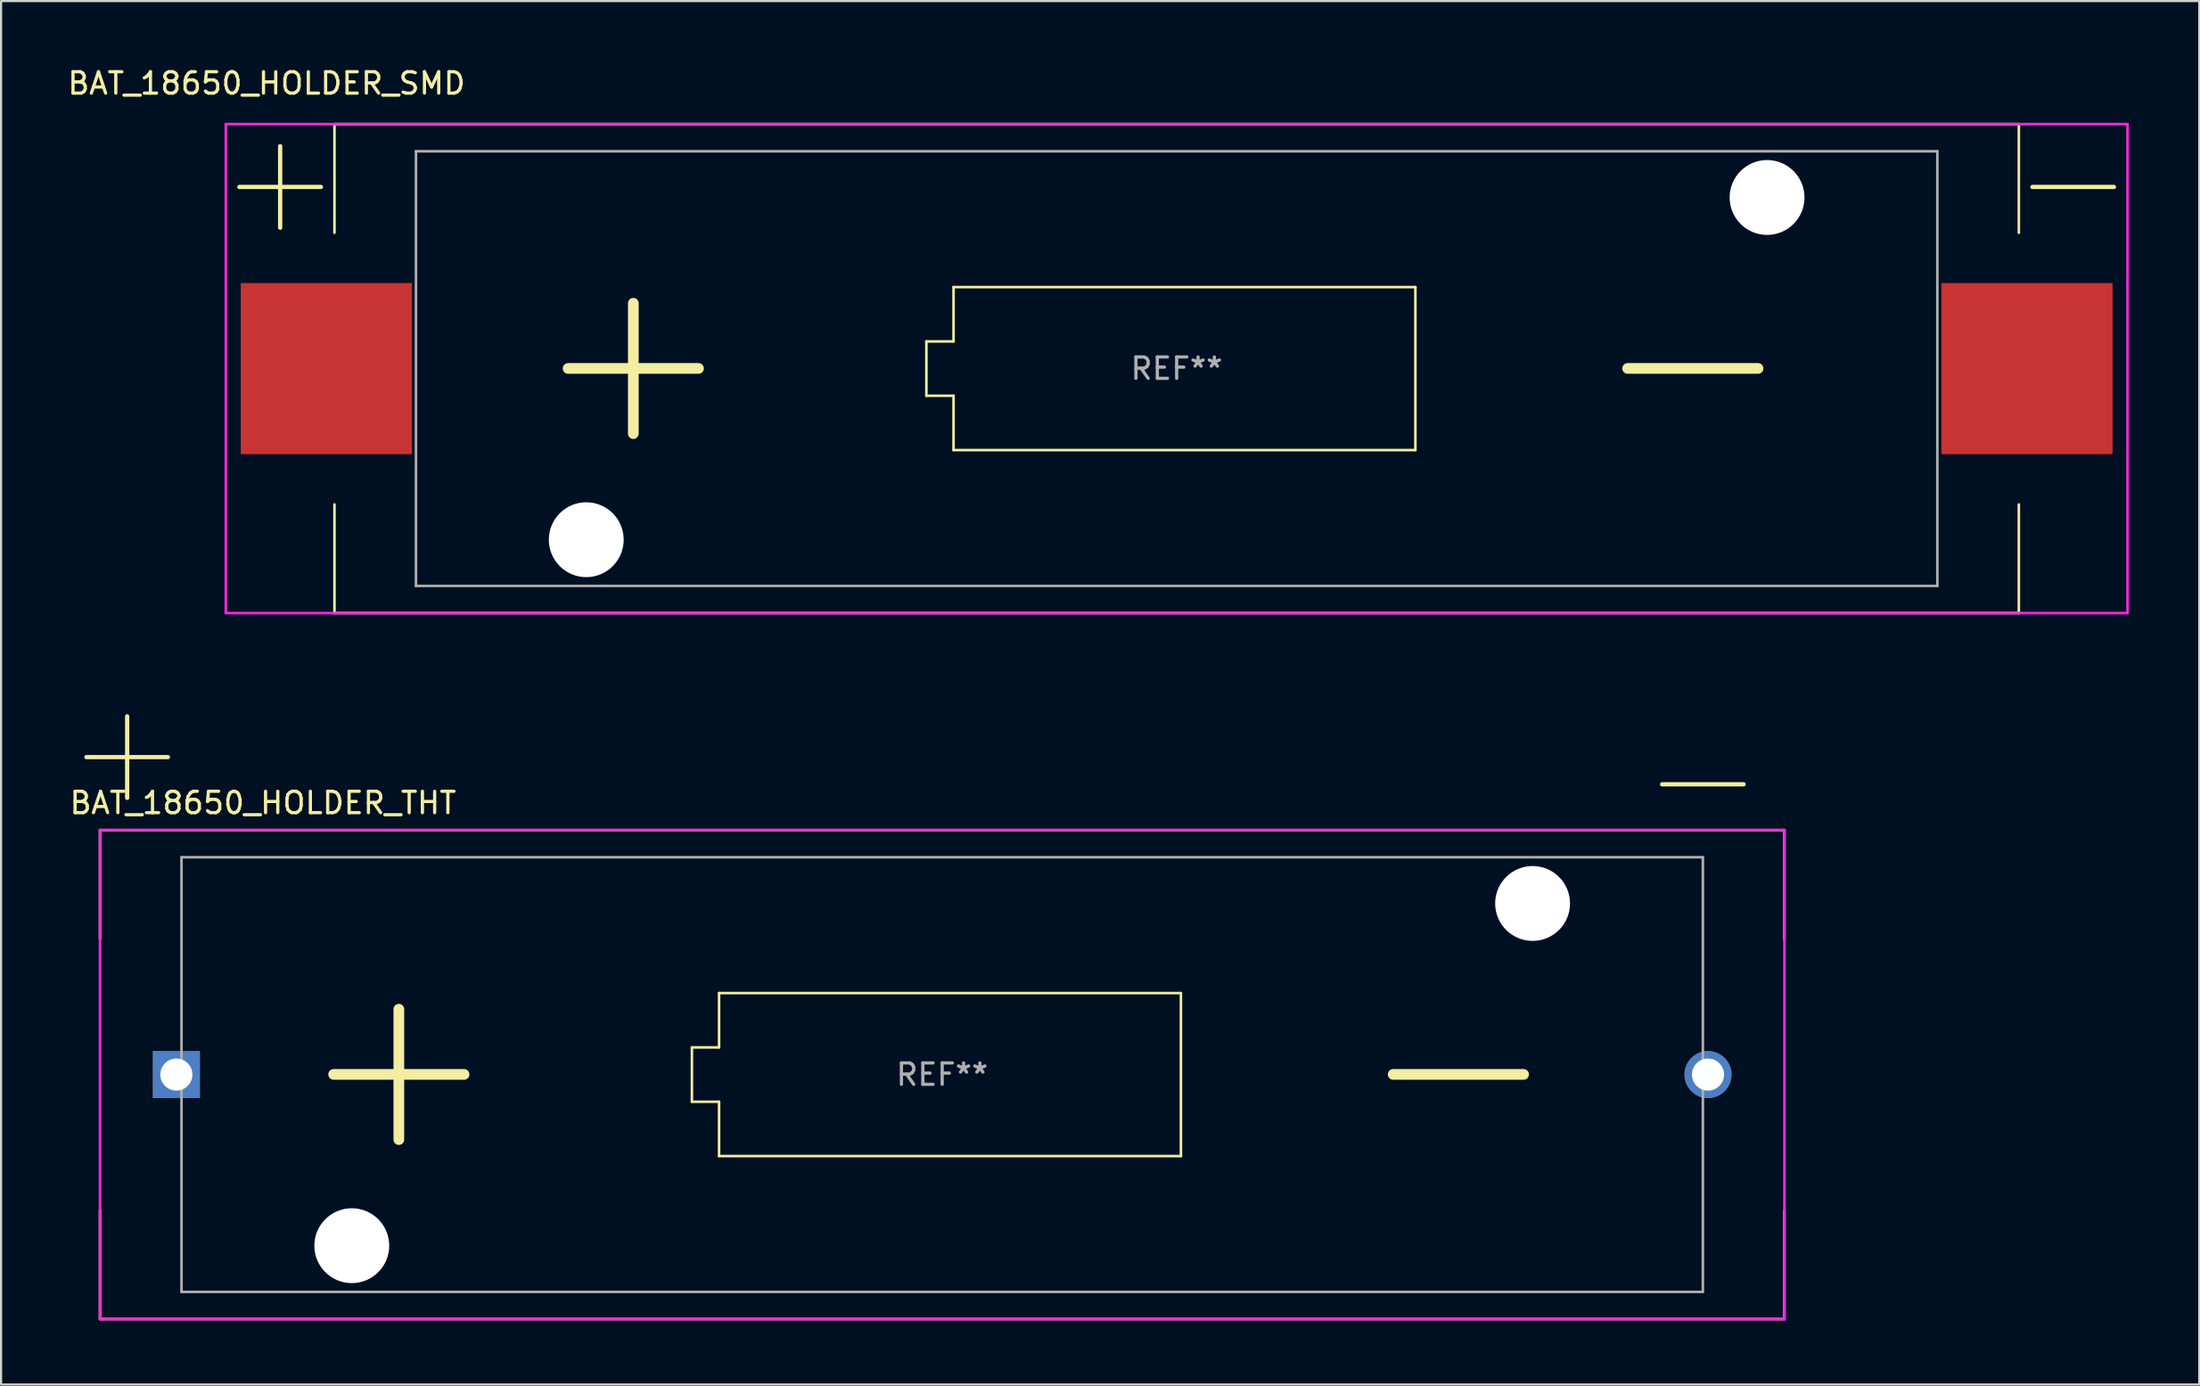
<source format=kicad_pcb>
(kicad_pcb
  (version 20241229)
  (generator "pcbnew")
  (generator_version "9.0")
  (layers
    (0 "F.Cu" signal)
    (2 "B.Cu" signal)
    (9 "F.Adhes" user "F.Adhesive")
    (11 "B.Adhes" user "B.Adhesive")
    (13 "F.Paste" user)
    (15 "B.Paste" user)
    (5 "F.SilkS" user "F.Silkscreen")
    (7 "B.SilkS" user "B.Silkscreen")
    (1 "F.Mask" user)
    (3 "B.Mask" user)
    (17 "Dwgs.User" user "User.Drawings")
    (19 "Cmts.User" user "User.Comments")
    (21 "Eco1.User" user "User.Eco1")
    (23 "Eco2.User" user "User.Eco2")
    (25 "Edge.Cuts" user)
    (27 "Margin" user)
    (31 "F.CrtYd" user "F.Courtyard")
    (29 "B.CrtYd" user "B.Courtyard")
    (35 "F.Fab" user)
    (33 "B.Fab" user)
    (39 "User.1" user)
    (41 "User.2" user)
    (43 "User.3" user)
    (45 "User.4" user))
  (footprint "BAT_18650_HOLDER_SMD"
    (layer "F.Cu")
    (at 51.956 14.183)
    (property "Reference" "BAT_18650_HOLDER_SMD" (at -42.545 -13.335 0) (layer "F.SilkS") (effects (font (size 1 1) (thickness 0.15))))
    (attr smd)
    (fp_line (start -39.37 -6.35) (end -39.37 -11.43) (stroke (width 0.12) (type solid)) (layer "F.SilkS"))
    (fp_line (start -39.37 6.35) (end -39.37 11.43) (stroke (width 0.12) (type solid)) (layer "F.SilkS"))
    (fp_line (start -39.37 11.43) (end 39.37 11.43) (stroke (width 0.12) (type solid)) (layer "F.SilkS"))
    (fp_line (start -11.7 -1.27) (end -11.7 1.27) (stroke (width 0.12) (type solid)) (layer "F.SilkS"))
    (fp_line (start -11.7 1.27) (end -10.43 1.27) (stroke (width 0.12) (type solid)) (layer "F.SilkS"))
    (fp_line (start -10.43 -3.81) (end -10.43 -1.27) (stroke (width 0.12) (type solid)) (layer "F.SilkS"))
    (fp_line (start -10.43 -1.27) (end -11.7 -1.27) (stroke (width 0.12) (type solid)) (layer "F.SilkS"))
    (fp_line (start -10.43 1.27) (end -10.43 3.81) (stroke (width 0.12) (type solid)) (layer "F.SilkS"))
    (fp_line (start -10.43 3.81) (end 11.16 3.81) (stroke (width 0.12) (type solid)) (layer "F.SilkS"))
    (fp_line (start 11.16 -3.81) (end -10.43 -3.81) (stroke (width 0.12) (type solid)) (layer "F.SilkS"))
    (fp_line (start 11.16 3.81) (end 11.16 -3.81) (stroke (width 0.12) (type solid)) (layer "F.SilkS"))
    (fp_line (start 39.37 -11.43) (end -39.37 -11.43) (stroke (width 0.12) (type solid)) (layer "F.SilkS"))
    (fp_line (start 39.37 -6.35) (end 39.37 -11.43) (stroke (width 0.12) (type solid)) (layer "F.SilkS"))
    (fp_line (start 39.37 6.35) (end 39.37 11.43) (stroke (width 0.12) (type solid)) (layer "F.SilkS"))
    (fp_line (start -44.45 -11.43) (end 44.45 -11.43) (stroke (width 0.12) (type solid)) (layer "F.CrtYd"))
    (fp_line (start -44.45 -10.16) (end -44.45 -11.43) (stroke (width 0.12) (type solid)) (layer "F.CrtYd"))
    (fp_line (start -44.45 11.43) (end -44.45 -10.16) (stroke (width 0.12) (type solid)) (layer "F.CrtYd"))
    (fp_line (start 44.45 -11.43) (end 44.45 11.43) (stroke (width 0.12) (type solid)) (layer "F.CrtYd"))
    (fp_line (start 44.45 11.43) (end -44.45 11.43) (stroke (width 0.12) (type solid)) (layer "F.CrtYd"))
    (fp_line (start -35.56 -10.16) (end -35.56 10.16) (stroke (width 0.12) (type solid)) (layer "F.Fab"))
    (fp_line (start -35.56 10.16) (end 35.56 10.16) (stroke (width 0.12) (type solid)) (layer "F.Fab"))
    (fp_line (start 35.56 -10.16) (end -35.56 -10.16) (stroke (width 0.12) (type solid)) (layer "F.Fab"))
    (fp_line (start 35.56 10.16) (end 35.56 -10.16) (stroke (width 0.12) (type solid)) (layer "F.Fab"))
    (fp_text user "-" (at 41.91 -8.89 0) (layer "F.SilkS") (effects (font (size 5 5) (thickness 0.2))))
    (fp_text user "+" (at -25.4 -0.635 0) (layer "F.SilkS") (effects (font (size 8 8) (thickness 0.5))))
    (fp_text user "-" (at 24.13 -0.635 0) (layer "F.SilkS") (effects (font (size 8 8) (thickness 0.5))))
    (fp_text user "+" (at -41.91 -8.89 0) (layer "F.SilkS") (effects (font (size 5 5) (thickness 0.2))))
    (fp_text user "REF**" (at 0 0 0) (layer "F.Fab") (effects (font (size 1 1) (thickness 0.15))))
    (pad "" np_thru_hole circle (at -27.6 8) (size 3.5 3.5) (drill 3.5) (layers "*.Cu" "*.Mask"))
    (pad "" np_thru_hole circle (at 27.6 -8) (size 3.5 3.5) (drill 3.5) (layers "*.Cu" "*.Mask"))
    (pad "+" smd rect (at -39.75 0) (size 8 8) (layers "F.Cu" "F.Mask" "F.Paste"))
    (pad "-" smd rect (at 39.75 0) (size 8 8) (layers "F.Cu" "F.Mask" "F.Paste")))
  (footprint "BAT_18650_HOLDER_THT"
    (layer "F.Cu")
    (at 40.995 47.189)
    (property "Reference" "BAT_18650_HOLDER_THT" (at -31.75 -12.7 0) (layer "F.SilkS") (effects (font (size 1 1) (thickness 0.15))))
    (attr through_hole)
    (fp_line (start -39.37 -6.35) (end -39.37 -11.43) (stroke (width 0.12) (type solid)) (layer "F.SilkS"))
    (fp_line (start -39.37 6.35) (end -39.37 11.43) (stroke (width 0.12) (type solid)) (layer "F.SilkS"))
    (fp_line (start -39.37 11.43) (end 39.37 11.43) (stroke (width 0.12) (type solid)) (layer "F.SilkS"))
    (fp_line (start -11.7 -1.27) (end -11.7 1.27) (stroke (width 0.12) (type solid)) (layer "F.SilkS"))
    (fp_line (start -11.7 1.27) (end -10.43 1.27) (stroke (width 0.12) (type solid)) (layer "F.SilkS"))
    (fp_line (start -10.43 -3.81) (end -10.43 -1.27) (stroke (width 0.12) (type solid)) (layer "F.SilkS"))
    (fp_line (start -10.43 -1.27) (end -11.7 -1.27) (stroke (width 0.12) (type solid)) (layer "F.SilkS"))
    (fp_line (start -10.43 1.27) (end -10.43 3.81) (stroke (width 0.12) (type solid)) (layer "F.SilkS"))
    (fp_line (start -10.43 3.81) (end 11.16 3.81) (stroke (width 0.12) (type solid)) (layer "F.SilkS"))
    (fp_line (start 11.16 -3.81) (end -10.43 -3.81) (stroke (width 0.12) (type solid)) (layer "F.SilkS"))
    (fp_line (start 11.16 3.81) (end 11.16 -3.81) (stroke (width 0.12) (type solid)) (layer "F.SilkS"))
    (fp_line (start 39.37 -11.43) (end -39.37 -11.43) (stroke (width 0.12) (type solid)) (layer "F.SilkS"))
    (fp_line (start 39.37 -6.35) (end 39.37 -11.43) (stroke (width 0.12) (type solid)) (layer "F.SilkS"))
    (fp_line (start 39.37 6.35) (end 39.37 11.43) (stroke (width 0.12) (type solid)) (layer "F.SilkS"))
    (fp_line (start -39.37 -11.43) (end 39.37 -11.43) (stroke (width 0.12) (type solid)) (layer "F.CrtYd"))
    (fp_line (start -39.37 11.43) (end -39.37 -11.43) (stroke (width 0.12) (type solid)) (layer "F.CrtYd"))
    (fp_line (start 39.37 -11.43) (end 39.37 11.43) (stroke (width 0.12) (type solid)) (layer "F.CrtYd"))
    (fp_line (start 39.37 11.43) (end -39.37 11.43) (stroke (width 0.12) (type solid)) (layer "F.CrtYd"))
    (fp_line (start -35.56 -10.16) (end -35.56 10.16) (stroke (width 0.12) (type solid)) (layer "F.Fab"))
    (fp_line (start -35.56 10.16) (end 35.56 10.16) (stroke (width 0.12) (type solid)) (layer "F.Fab"))
    (fp_line (start 35.56 -10.16) (end -35.56 -10.16) (stroke (width 0.12) (type solid)) (layer "F.Fab"))
    (fp_line (start 35.56 10.16) (end 35.56 -10.16) (stroke (width 0.12) (type solid)) (layer "F.Fab"))
    (fp_text user "-" (at 24.13 -0.635 0) (layer "F.SilkS") (effects (font (size 8 8) (thickness 0.5))))
    (fp_text user "+" (at -25.4 -0.635 0) (layer "F.SilkS") (effects (font (size 8 8) (thickness 0.5))))
    (fp_text user "-" (at 35.56 -13.97 0) (layer "F.SilkS") (effects (font (size 5 5) (thickness 0.2))))
    (fp_text user "+" (at -38.1 -15.24 0) (layer "F.SilkS") (effects (font (size 5 5) (thickness 0.2))))
    (fp_text user "REF**" (at 0 0 0) (layer "F.Fab") (effects (font (size 1 1) (thickness 0.15))))
    (pad "" np_thru_hole circle (at -27.6 8) (size 3.5 3.5) (drill 3.5) (layers "*.Cu" "*.Mask"))
    (pad "" np_thru_hole circle (at 27.6 -8) (size 3.5 3.5) (drill 3.5) (layers "*.Cu" "*.Mask"))
    (pad "+" thru_hole rect (at -35.8 0) (size 2.2 2.2) (drill 1.5) (layers "*.Cu" "*.Mask"))
    (pad "-" thru_hole circle (at 35.8 0) (size 2.2 2.2) (drill 1.5) (layers "*.Cu" "*.Mask")))
  (gr_rect
    (start -3 -3)
    (end 99.761 61.679)
    (stroke (width 0.1) (type default))
    (fill no)
    (layer "Edge.Cuts")))
</source>
